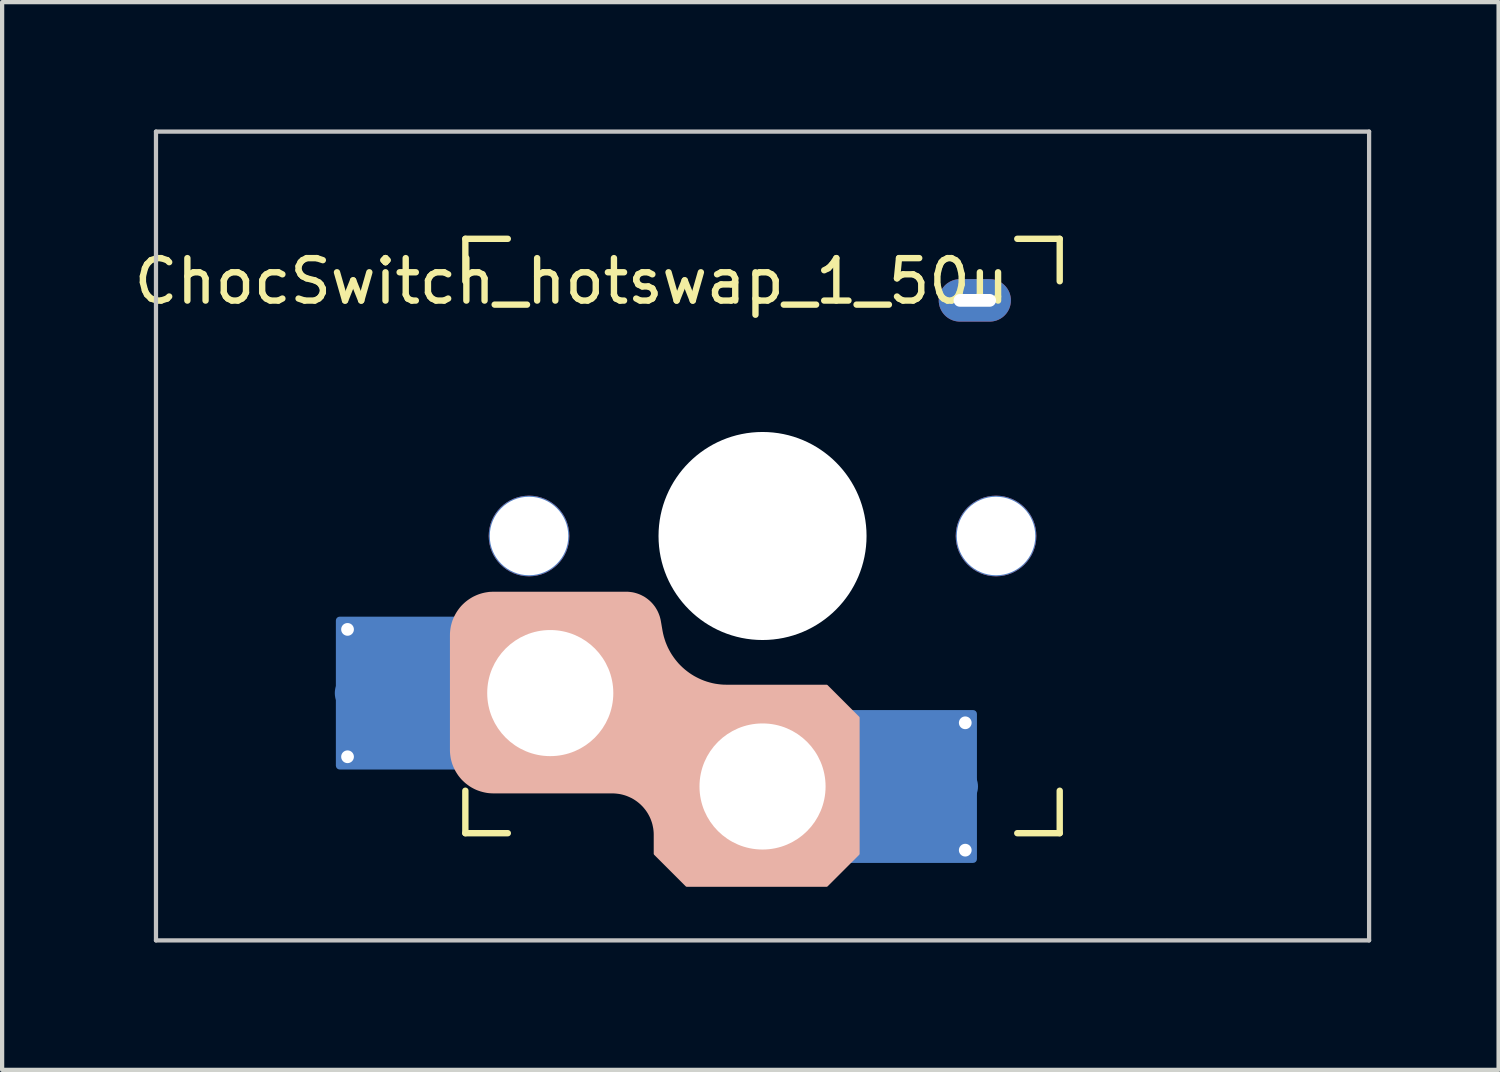
<source format=kicad_pcb>
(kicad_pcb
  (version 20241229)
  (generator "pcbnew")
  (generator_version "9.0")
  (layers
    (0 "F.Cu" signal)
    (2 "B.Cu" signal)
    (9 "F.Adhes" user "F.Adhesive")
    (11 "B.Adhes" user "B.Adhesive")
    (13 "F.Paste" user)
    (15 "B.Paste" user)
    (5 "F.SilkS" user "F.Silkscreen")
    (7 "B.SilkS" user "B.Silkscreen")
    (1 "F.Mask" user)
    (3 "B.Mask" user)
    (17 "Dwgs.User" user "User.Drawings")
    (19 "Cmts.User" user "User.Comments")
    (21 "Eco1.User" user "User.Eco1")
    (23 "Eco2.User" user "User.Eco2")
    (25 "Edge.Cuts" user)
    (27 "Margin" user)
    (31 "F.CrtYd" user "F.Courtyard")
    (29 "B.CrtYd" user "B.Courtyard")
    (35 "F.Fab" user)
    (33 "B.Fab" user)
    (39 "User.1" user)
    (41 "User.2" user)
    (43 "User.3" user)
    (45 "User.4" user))
  (footprint "ChocSwitch_hotswap_1_50u"
    (layer "F.Cu")
    (at 14.911 9.575)
    (property "Reference" "ChocSwitch_hotswap_1_50u" (at -4.5 -6 0) (unlocked yes) (layer "F.SilkS") (effects (font (size 1 1) (thickness 0.15))))
    (attr smd)
    (fp_line (start -7 -7) (end -6 -7) (stroke (width 0.15) (type solid)) (layer "F.SilkS"))
    (fp_line (start -7 -6) (end -7 -7) (stroke (width 0.15) (type solid)) (layer "F.SilkS"))
    (fp_line (start -7 7) (end -7 6) (stroke (width 0.15) (type solid)) (layer "F.SilkS"))
    (fp_line (start -6 7) (end -7 7) (stroke (width 0.15) (type solid)) (layer "F.SilkS"))
    (fp_line (start 6 7) (end 7 7) (stroke (width 0.15) (type solid)) (layer "F.SilkS"))
    (fp_line (start 7 -7) (end 6 -7) (stroke (width 0.15) (type solid)) (layer "F.SilkS"))
    (fp_line (start 7 -6) (end 7 -7) (stroke (width 0.15) (type solid)) (layer "F.SilkS"))
    (fp_line (start 7 7) (end 7 6) (stroke (width 0.15) (type solid)) (layer "F.SilkS"))
    (fp_line (start -9.525 9.525) (end -9.525 9.525) (stroke (width 0.071) (type solid)) (layer "B.SilkS"))
    (fp_line (start 9.525 9.525) (end 9.525 9.525) (stroke (width 0.071) (type solid)) (layer "B.SilkS"))
    (fp_poly (pts (xy -3.176 1.338) (xy -3.14 1.341) (xy -3.104 1.345) (xy -3.069 1.35) (xy -3.034 1.357) (xy -3 1.366) (xy -2.967 1.376) (xy -2.934 1.387) (xy -2.901 1.4) (xy -2.87 1.414) (xy -2.839 1.43) (xy -2.808 1.446) (xy -2.779 1.464) (xy -2.75 1.484) (xy -2.723 1.504) (xy -2.696 1.526) (xy -2.67 1.548) (xy -2.645 1.572) (xy -2.621 1.597) (xy -2.598 1.623) (xy -2.577 1.65) (xy -2.556 1.677) (xy -2.537 1.706) (xy -2.519 1.736) (xy -2.502 1.766) (xy -2.486 1.798) (xy -2.472 1.83) (xy -2.459 1.863) (xy -2.447 1.896) (xy -2.437 1.931) (xy -2.428 1.966) (xy -2.421 2.001) (xy -2.38 2.238) (xy -2.366 2.308) (xy -2.349 2.376) (xy -2.329 2.442) (xy -2.307 2.508) (xy -2.281 2.572) (xy -2.254 2.634) (xy -2.223 2.695) (xy -2.19 2.755) (xy -2.155 2.812) (xy -2.117 2.868) (xy -2.077 2.922) (xy -2.035 2.974) (xy -1.991 3.025) (xy -1.944 3.073) (xy -1.896 3.119) (xy -1.846 3.163) (xy -1.793 3.205) (xy -1.739 3.245) (xy -1.684 3.282) (xy -1.627 3.317) (xy -1.568 3.349) (xy -1.508 3.379) (xy -1.446 3.407) (xy -1.383 3.432) (xy -1.319 3.454) (xy -1.254 3.473) (xy -1.188 3.49) (xy -1.12 3.504) (xy -1.052 3.514) (xy -0.983 3.522) (xy -0.913 3.527) (xy -0.842 3.528) (xy 1.512 3.528) (xy 2.262 4.278) (xy 2.262 7.488) (xy 1.512 8.238) (xy -1.788 8.238) (xy -2.538 7.488) (xy -2.538 7.038) (xy -2.539 6.988) (xy -2.543 6.939) (xy -2.549 6.89) (xy -2.558 6.842) (xy -2.568 6.794) (xy -2.581 6.747) (xy -2.597 6.7) (xy -2.614 6.655) (xy -2.634 6.61) (xy -2.656 6.567) (xy -2.68 6.524) (xy -2.706 6.483) (xy -2.734 6.443) (xy -2.765 6.404) (xy -2.797 6.366) (xy -2.831 6.331) (xy -2.867 6.296) (xy -2.905 6.264) (xy -2.943 6.234) (xy -2.983 6.206) (xy -3.025 6.179) (xy -3.067 6.155) (xy -3.111 6.134) (xy -3.156 6.114) (xy -3.201 6.096) (xy -3.247 6.081) (xy -3.294 6.068) (xy -3.342 6.057) (xy -3.391 6.049) (xy -3.439 6.043) (xy -3.489 6.039) (xy -3.538 6.038) (xy -6.338 6.038) (xy -6.388 6.036) (xy -6.437 6.033) (xy -6.486 6.027) (xy -6.534 6.018) (xy -6.582 6.007) (xy -6.629 5.994) (xy -6.675 5.979) (xy -6.721 5.962) (xy -6.766 5.942) (xy -6.809 5.92) (xy -6.852 5.896) (xy -6.893 5.87) (xy -6.933 5.841) (xy -6.972 5.811) (xy -7.009 5.779) (xy -7.045 5.745) (xy -7.08 5.709) (xy -7.112 5.671) (xy -7.142 5.633) (xy -7.17 5.592) (xy -7.196 5.551) (xy -7.22 5.509) (xy -7.242 5.465) (xy -7.262 5.42) (xy -7.28 5.375) (xy -7.295 5.329) (xy -7.308 5.281) (xy -7.319 5.234) (xy -7.327 5.185) (xy -7.333 5.137) (xy -7.337 5.087) (xy -7.338 5.038) (xy -7.338 2.338) (xy -7.337 2.288) (xy -7.333 2.239) (xy -7.327 2.19) (xy -7.319 2.142) (xy -7.308 2.094) (xy -7.295 2.047) (xy -7.28 2) (xy -7.262 1.955) (xy -7.242 1.91) (xy -7.22 1.867) (xy -7.196 1.824) (xy -7.17 1.783) (xy -7.142 1.743) (xy -7.112 1.704) (xy -7.08 1.666) (xy -7.045 1.63) (xy -7.009 1.596) (xy -6.972 1.564) (xy -6.933 1.534) (xy -6.893 1.506) (xy -6.852 1.48) (xy -6.809 1.455) (xy -6.766 1.434) (xy -6.721 1.414) (xy -6.675 1.396) (xy -6.629 1.381) (xy -6.582 1.368) (xy -6.534 1.357) (xy -6.486 1.349) (xy -6.437 1.342) (xy -6.388 1.339) (xy -6.338 1.338) (xy -3.212 1.338)) (stroke (width 0.05) (type solid)) (fill yes) (layer "B.SilkS"))
    (fp_line (start -14.287 -9.525) (end 14.287 -9.525) (stroke (width 0.1) (type solid)) (layer "Dwgs.User"))
    (fp_line (start -14.287 9.525) (end -14.287 -9.525) (stroke (width 0.1) (type solid)) (layer "Dwgs.User"))
    (fp_line (start 14.287 -9.525) (end 14.287 9.525) (stroke (width 0.1) (type solid)) (layer "Dwgs.User"))
    (fp_line (start 14.287 9.525) (end -14.287 9.525) (stroke (width 0.1) (type solid)) (layer "Dwgs.User"))
    (fp_line (start -7 -7) (end 7 -7) (stroke (width 0.1) (type solid)) (layer "Eco1.User"))
    (fp_line (start -7 7) (end -7 -7) (stroke (width 0.1) (type solid)) (layer "Eco1.User"))
    (fp_line (start 7 -7) (end 7 7) (stroke (width 0.1) (type solid)) (layer "Eco1.User"))
    (fp_line (start 7 7) (end -7 7) (stroke (width 0.1) (type solid)) (layer "Eco1.User"))
    (fp_rect (start -1.75 -3.25) (end 1.75 -6.35) (stroke (width 0.1) (type solid)) (fill no) (layer "Eco1.User"))
    (fp_line (start 0 0) (end 0 -5) (stroke (width 0.05) (type solid)) (layer "Eco2.User"))
    (fp_line (start 0 0) (end 8.262 0) (stroke (width 0.05) (type solid)) (layer "Eco2.User"))
    (pad "" np_thru_hole circle (at -5.5 0 90) (size 1.9 1.9) (drill 1.85) (layers "*.Cu" "*.Mask"))
    (pad "" np_thru_hole circle (at -5 3.7 90) (size 3 3) (drill 2.97) (layers "*.Cu" "*.Mask"))
    (pad "" np_thru_hole circle (at 0 0 270) (size 4.9 4.9) (drill 4.9) (layers "*.Cu" "*.Mask"))
    (pad "" np_thru_hole circle (at 0 5.9 90) (size 2.97 2.97) (drill 2.97) (layers "*.Cu" "*.Mask"))
    (pad "" thru_hole oval (at 5 -5.55) (size 1.7 1) (drill oval 1 0.3) (layers "*.Cu" "*.Mask"))
    (pad "" np_thru_hole circle (at 5.5 0 90) (size 1.9 1.9) (drill 1.85) (layers "*.Cu" "*.Mask"))
    (pad "1" smd roundrect (at 3.3 5.9) (size 2.6 2.6) (layers "B.Cu" "B.Mask" "B.Paste") (roundrect_rratio 0.1))
    (pad "1" smd roundrect (at 3.5 5.9) (size 3.1 3.6) (layers "B.Cu") (roundrect_rratio 0.029))
    (pad "1" smd circle (at 4.575 5.9 180) (size 1 1) (layers "B.Cu" "B.Mask" "B.Paste"))
    (pad "1" thru_hole circle (at 4.775 4.4 180) (size 0.5 0.5) (drill 0.3) (layers "*.Cu" "F.Mask"))
    (pad "1" thru_hole circle (at 4.775 7.4 180) (size 0.5 0.5) (drill 0.3) (layers "*.Cu" "F.Mask"))
    (pad "2" thru_hole circle (at -9.775 2.2) (size 0.5 0.5) (drill 0.3) (layers "*.Cu" "F.Mask"))
    (pad "2" thru_hole circle (at -9.775 5.2) (size 0.5 0.5) (drill 0.3) (layers "*.Cu" "F.Mask"))
    (pad "2" smd circle (at -9.575 3.7) (size 1 1) (layers "B.Cu" "B.Mask" "B.Paste"))
    (pad "2" smd roundrect (at -8.5 3.7 180) (size 3.1 3.6) (layers "B.Cu") (roundrect_rratio 0.029))
    (pad "2" smd roundrect (at -8.3 3.7 180) (size 2.6 2.6) (layers "B.Cu" "B.Mask" "B.Paste") (roundrect_rratio 0.1)))
  (gr_rect
    (start -3 -3)
    (end 32.248 22.15)
    (stroke (width 0.1) (type default))
    (fill no)
    (layer "Edge.Cuts")))
</source>
